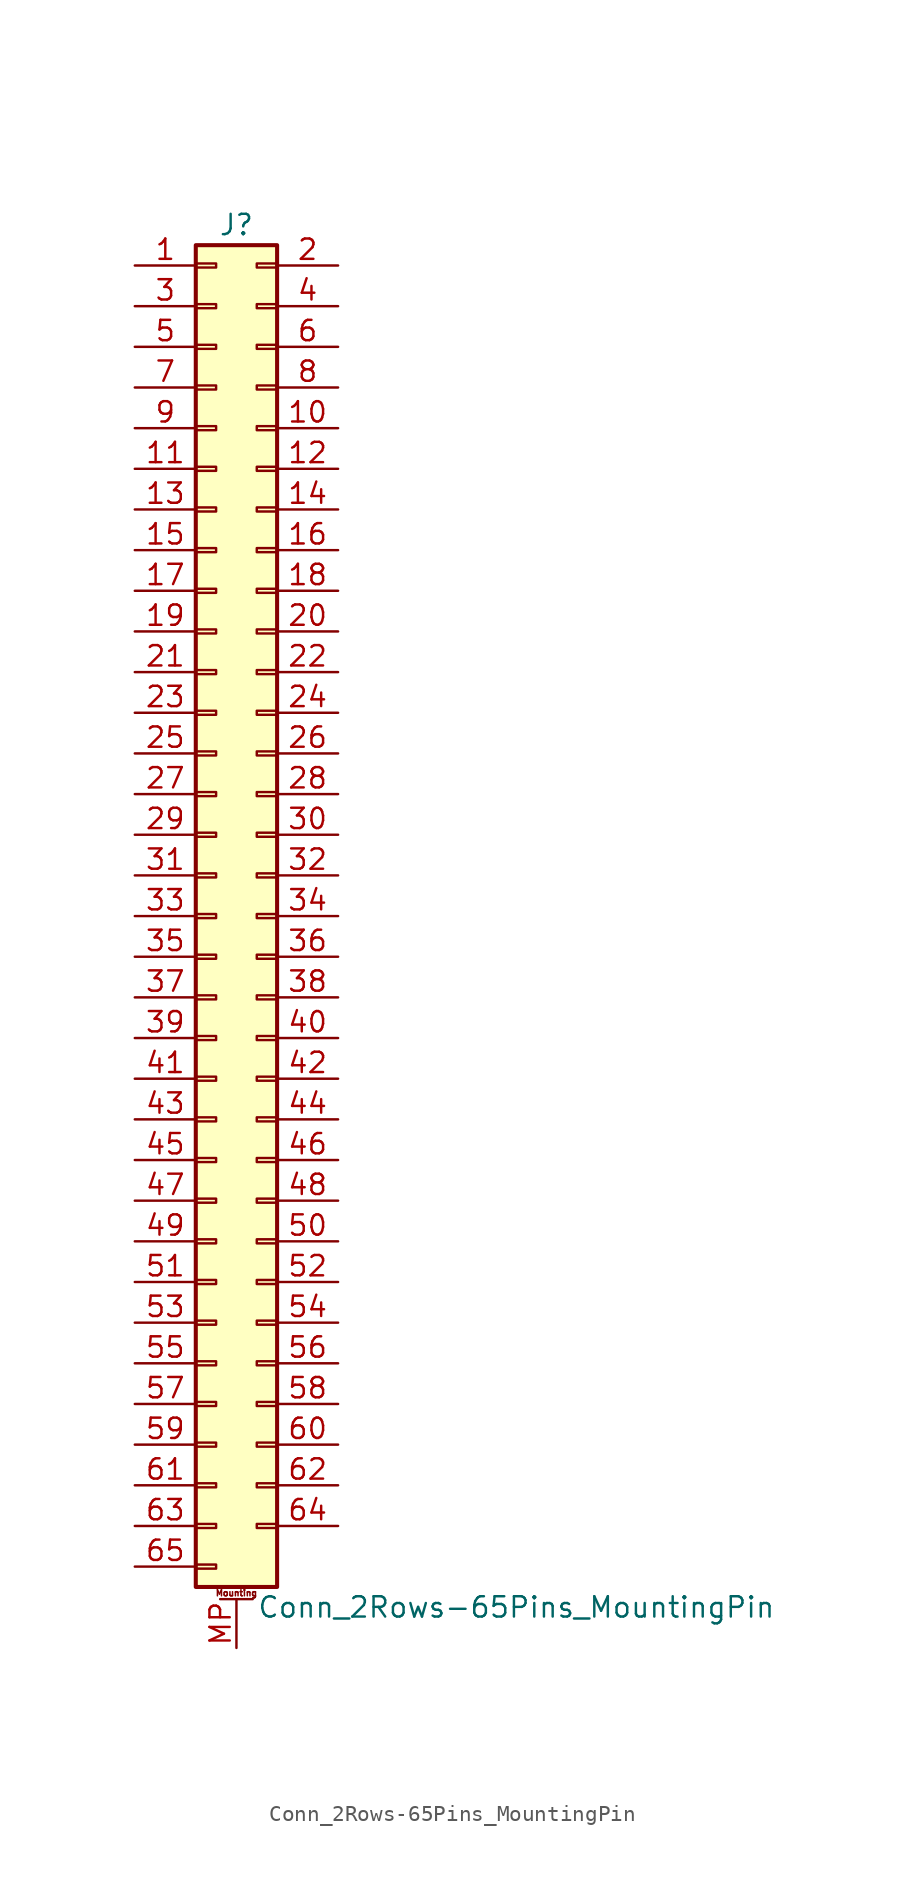
<source format=kicad_sym>
(kicad_symbol_lib
  (version 20200908)
  (generator kicad_symbol_editor)
  (symbol "Connector_Generic_MountingPin:Conn_2Rows-65Pins_MountingPin"
    (pin_names
      (offset 1.016) hide)
    (property "Reference" "J"
      (at 1.27 43.18 0)
      (effects (font (size 1.27 1.27))))
    (property "Value" "Conn_2Rows-65Pins_MountingPin"
      (at 2.54 -43.18 0)
      (effects (font (size 1.27 1.27)) (justify left)))
    (symbol "Conn_2Rows-65Pins_MountingPin_1_1"
      (text "Mounting" (at 1.27 -42.291 0) (effects (font (size 0.381 0.381))))
      (rectangle (start -1.27 -27.813) (end 0 -28.067) (stroke (width 0.152)) (fill (type none)))
      (rectangle (start -1.27 -30.353) (end 0 -30.607) (stroke (width 0.152)) (fill (type none)))
      (rectangle (start -1.27 -32.893) (end 0 -33.147) (stroke (width 0.152)) (fill (type none)))
      (rectangle (start -1.27 -35.433) (end 0 -35.687) (stroke (width 0.152)) (fill (type none)))
      (rectangle (start -1.27 -37.973) (end 0 -38.227) (stroke (width 0.152)) (fill (type none)))
      (rectangle (start -1.27 -40.513) (end 0 -40.767) (stroke (width 0.152)) (fill (type none)))
      (rectangle (start -1.27 -4.953) (end 0 -5.207) (stroke (width 0.152)) (fill (type none)))
      (rectangle (start -1.27 -7.493) (end 0 -7.747) (stroke (width 0.152)) (fill (type none)))
      (rectangle (start -1.27 -10.033) (end 0 -10.287) (stroke (width 0.152)) (fill (type none)))
      (rectangle (start -1.27 -12.573) (end 0 -12.827) (stroke (width 0.152)) (fill (type none)))
      (rectangle (start -1.27 -15.113) (end 0 -15.367) (stroke (width 0.152)) (fill (type none)))
      (rectangle (start -1.27 -17.653) (end 0 -17.907) (stroke (width 0.152)) (fill (type none)))
      (rectangle (start -1.27 -20.193) (end 0 -20.447) (stroke (width 0.152)) (fill (type none)))
      (rectangle (start -1.27 -22.733) (end 0 -22.987) (stroke (width 0.152)) (fill (type none)))
      (rectangle (start -1.27 -2.413) (end 0 -2.667) (stroke (width 0.152)) (fill (type none)))
      (rectangle (start -1.27 -25.273) (end 0 -25.527) (stroke (width 0.152)) (fill (type none)))
      (rectangle (start -1.27 25.527) (end 0 25.273) (stroke (width 0.152)) (fill (type none)))
      (rectangle (start -1.27 2.667) (end 0 2.413) (stroke (width 0.152)) (fill (type none)))
      (rectangle (start -1.27 28.067) (end 0 27.813) (stroke (width 0.152)) (fill (type none)))
      (rectangle (start -1.27 30.607) (end 0 30.353) (stroke (width 0.152)) (fill (type none)))
      (rectangle (start -1.27 33.147) (end 0 32.893) (stroke (width 0.152)) (fill (type none)))
      (rectangle (start -1.27 35.687) (end 0 35.433) (stroke (width 0.152)) (fill (type none)))
      (rectangle (start -1.27 38.227) (end 0 37.973) (stroke (width 0.152)) (fill (type none)))
      (rectangle (start -1.27 40.767) (end 0 40.513) (stroke (width 0.152)) (fill (type none)))
      (rectangle (start -1.27 41.91) (end 3.81 -41.91) (stroke (width 0.254)) (fill (type background)))
      (rectangle (start -1.27 5.207) (end 0 4.953) (stroke (width 0.152)) (fill (type none)))
      (rectangle (start -1.27 7.747) (end 0 7.493) (stroke (width 0.152)) (fill (type none)))
      (rectangle (start -1.27 10.287) (end 0 10.033) (stroke (width 0.152)) (fill (type none)))
      (rectangle (start -1.27 0.127) (end 0 -0.127) (stroke (width 0.152)) (fill (type none)))
      (rectangle (start -1.27 12.827) (end 0 12.573) (stroke (width 0.152)) (fill (type none)))
      (rectangle (start -1.27 15.367) (end 0 15.113) (stroke (width 0.152)) (fill (type none)))
      (rectangle (start -1.27 17.907) (end 0 17.653) (stroke (width 0.152)) (fill (type none)))
      (rectangle (start -1.27 20.447) (end 0 20.193) (stroke (width 0.152)) (fill (type none)))
      (rectangle (start -1.27 22.987) (end 0 22.733) (stroke (width 0.152)) (fill (type none)))
      (rectangle (start 3.81 -27.813) (end 2.54 -28.067) (stroke (width 0.152)) (fill (type none)))
      (rectangle (start 3.81 -30.353) (end 2.54 -30.607) (stroke (width 0.152)) (fill (type none)))
      (rectangle (start 3.81 -32.893) (end 2.54 -33.147) (stroke (width 0.152)) (fill (type none)))
      (rectangle (start 3.81 -35.433) (end 2.54 -35.687) (stroke (width 0.152)) (fill (type none)))
      (rectangle (start 3.81 -37.973) (end 2.54 -38.227) (stroke (width 0.152)) (fill (type none)))
      (rectangle (start 3.81 -4.953) (end 2.54 -5.207) (stroke (width 0.152)) (fill (type none)))
      (rectangle (start 3.81 -7.493) (end 2.54 -7.747) (stroke (width 0.152)) (fill (type none)))
      (rectangle (start 3.81 -10.033) (end 2.54 -10.287) (stroke (width 0.152)) (fill (type none)))
      (rectangle (start 3.81 -12.573) (end 2.54 -12.827) (stroke (width 0.152)) (fill (type none)))
      (rectangle (start 3.81 -15.113) (end 2.54 -15.367) (stroke (width 0.152)) (fill (type none)))
      (rectangle (start 3.81 -17.653) (end 2.54 -17.907) (stroke (width 0.152)) (fill (type none)))
      (rectangle (start 3.81 -20.193) (end 2.54 -20.447) (stroke (width 0.152)) (fill (type none)))
      (rectangle (start 3.81 -22.733) (end 2.54 -22.987) (stroke (width 0.152)) (fill (type none)))
      (rectangle (start 3.81 -2.413) (end 2.54 -2.667) (stroke (width 0.152)) (fill (type none)))
      (rectangle (start 3.81 -25.273) (end 2.54 -25.527) (stroke (width 0.152)) (fill (type none)))
      (rectangle (start 3.81 25.527) (end 2.54 25.273) (stroke (width 0.152)) (fill (type none)))
      (rectangle (start 3.81 2.667) (end 2.54 2.413) (stroke (width 0.152)) (fill (type none)))
      (rectangle (start 3.81 28.067) (end 2.54 27.813) (stroke (width 0.152)) (fill (type none)))
      (rectangle (start 3.81 30.607) (end 2.54 30.353) (stroke (width 0.152)) (fill (type none)))
      (rectangle (start 3.81 33.147) (end 2.54 32.893) (stroke (width 0.152)) (fill (type none)))
      (rectangle (start 3.81 35.687) (end 2.54 35.433) (stroke (width 0.152)) (fill (type none)))
      (rectangle (start 3.81 38.227) (end 2.54 37.973) (stroke (width 0.152)) (fill (type none)))
      (rectangle (start 3.81 40.767) (end 2.54 40.513) (stroke (width 0.152)) (fill (type none)))
      (rectangle (start 3.81 5.207) (end 2.54 4.953) (stroke (width 0.152)) (fill (type none)))
      (rectangle (start 3.81 7.747) (end 2.54 7.493) (stroke (width 0.152)) (fill (type none)))
      (rectangle (start 3.81 10.287) (end 2.54 10.033) (stroke (width 0.152)) (fill (type none)))
      (rectangle (start 3.81 0.127) (end 2.54 -0.127) (stroke (width 0.152)) (fill (type none)))
      (rectangle (start 3.81 12.827) (end 2.54 12.573) (stroke (width 0.152)) (fill (type none)))
      (rectangle (start 3.81 15.367) (end 2.54 15.113) (stroke (width 0.152)) (fill (type none)))
      (rectangle (start 3.81 17.907) (end 2.54 17.653) (stroke (width 0.152)) (fill (type none)))
      (rectangle (start 3.81 20.447) (end 2.54 20.193) (stroke (width 0.152)) (fill (type none)))
      (rectangle (start 3.81 22.987) (end 2.54 22.733) (stroke (width 0.152)) (fill (type none)))
      (polyline (pts (xy 0.254 -42.672) (xy 2.286 -42.672)) (stroke (width 0.152)) (fill (type none)))
      (pin passive line (at 1.27 -45.72 90) (length 3.048) (name "MountPin" (effects (font (size 1.27 1.27)))) (number "MP" (effects (font (size 1.27 1.27)))))
      (pin passive line (at -5.08 40.64 0) (length 3.81) (name "Pin_1" (effects (font (size 1.27 1.27)))) (number "1" (effects (font (size 1.27 1.27)))))
      (pin passive line (at 7.62 30.48 180) (length 3.81) (name "Pin_10" (effects (font (size 1.27 1.27)))) (number "10" (effects (font (size 1.27 1.27)))))
      (pin passive line (at -5.08 27.94 0) (length 3.81) (name "Pin_11" (effects (font (size 1.27 1.27)))) (number "11" (effects (font (size 1.27 1.27)))))
      (pin passive line (at 7.62 27.94 180) (length 3.81) (name "Pin_12" (effects (font (size 1.27 1.27)))) (number "12" (effects (font (size 1.27 1.27)))))
      (pin passive line (at -5.08 25.4 0) (length 3.81) (name "Pin_13" (effects (font (size 1.27 1.27)))) (number "13" (effects (font (size 1.27 1.27)))))
      (pin passive line (at 7.62 25.4 180) (length 3.81) (name "Pin_14" (effects (font (size 1.27 1.27)))) (number "14" (effects (font (size 1.27 1.27)))))
      (pin passive line (at -5.08 22.86 0) (length 3.81) (name "Pin_15" (effects (font (size 1.27 1.27)))) (number "15" (effects (font (size 1.27 1.27)))))
      (pin passive line (at 7.62 22.86 180) (length 3.81) (name "Pin_16" (effects (font (size 1.27 1.27)))) (number "16" (effects (font (size 1.27 1.27)))))
      (pin passive line (at -5.08 20.32 0) (length 3.81) (name "Pin_17" (effects (font (size 1.27 1.27)))) (number "17" (effects (font (size 1.27 1.27)))))
      (pin passive line (at 7.62 20.32 180) (length 3.81) (name "Pin_18" (effects (font (size 1.27 1.27)))) (number "18" (effects (font (size 1.27 1.27)))))
      (pin passive line (at -5.08 17.78 0) (length 3.81) (name "Pin_19" (effects (font (size 1.27 1.27)))) (number "19" (effects (font (size 1.27 1.27)))))
      (pin passive line (at 7.62 40.64 180) (length 3.81) (name "Pin_2" (effects (font (size 1.27 1.27)))) (number "2" (effects (font (size 1.27 1.27)))))
      (pin passive line (at 7.62 17.78 180) (length 3.81) (name "Pin_20" (effects (font (size 1.27 1.27)))) (number "20" (effects (font (size 1.27 1.27)))))
      (pin passive line (at -5.08 15.24 0) (length 3.81) (name "Pin_21" (effects (font (size 1.27 1.27)))) (number "21" (effects (font (size 1.27 1.27)))))
      (pin passive line (at 7.62 15.24 180) (length 3.81) (name "Pin_22" (effects (font (size 1.27 1.27)))) (number "22" (effects (font (size 1.27 1.27)))))
      (pin passive line (at -5.08 12.7 0) (length 3.81) (name "Pin_23" (effects (font (size 1.27 1.27)))) (number "23" (effects (font (size 1.27 1.27)))))
      (pin passive line (at 7.62 12.7 180) (length 3.81) (name "Pin_24" (effects (font (size 1.27 1.27)))) (number "24" (effects (font (size 1.27 1.27)))))
      (pin passive line (at -5.08 10.16 0) (length 3.81) (name "Pin_25" (effects (font (size 1.27 1.27)))) (number "25" (effects (font (size 1.27 1.27)))))
      (pin passive line (at 7.62 10.16 180) (length 3.81) (name "Pin_26" (effects (font (size 1.27 1.27)))) (number "26" (effects (font (size 1.27 1.27)))))
      (pin passive line (at -5.08 7.62 0) (length 3.81) (name "Pin_27" (effects (font (size 1.27 1.27)))) (number "27" (effects (font (size 1.27 1.27)))))
      (pin passive line (at 7.62 7.62 180) (length 3.81) (name "Pin_28" (effects (font (size 1.27 1.27)))) (number "28" (effects (font (size 1.27 1.27)))))
      (pin passive line (at -5.08 5.08 0) (length 3.81) (name "Pin_29" (effects (font (size 1.27 1.27)))) (number "29" (effects (font (size 1.27 1.27)))))
      (pin passive line (at -5.08 38.1 0) (length 3.81) (name "Pin_3" (effects (font (size 1.27 1.27)))) (number "3" (effects (font (size 1.27 1.27)))))
      (pin passive line (at 7.62 5.08 180) (length 3.81) (name "Pin_30" (effects (font (size 1.27 1.27)))) (number "30" (effects (font (size 1.27 1.27)))))
      (pin passive line (at -5.08 2.54 0) (length 3.81) (name "Pin_31" (effects (font (size 1.27 1.27)))) (number "31" (effects (font (size 1.27 1.27)))))
      (pin passive line (at 7.62 2.54 180) (length 3.81) (name "Pin_32" (effects (font (size 1.27 1.27)))) (number "32" (effects (font (size 1.27 1.27)))))
      (pin passive line (at -5.08 0 0) (length 3.81) (name "Pin_33" (effects (font (size 1.27 1.27)))) (number "33" (effects (font (size 1.27 1.27)))))
      (pin passive line (at 7.62 0 180) (length 3.81) (name "Pin_34" (effects (font (size 1.27 1.27)))) (number "34" (effects (font (size 1.27 1.27)))))
      (pin passive line (at -5.08 -2.54 0) (length 3.81) (name "Pin_35" (effects (font (size 1.27 1.27)))) (number "35" (effects (font (size 1.27 1.27)))))
      (pin passive line (at 7.62 -2.54 180) (length 3.81) (name "Pin_36" (effects (font (size 1.27 1.27)))) (number "36" (effects (font (size 1.27 1.27)))))
      (pin passive line (at -5.08 -5.08 0) (length 3.81) (name "Pin_37" (effects (font (size 1.27 1.27)))) (number "37" (effects (font (size 1.27 1.27)))))
      (pin passive line (at 7.62 -5.08 180) (length 3.81) (name "Pin_38" (effects (font (size 1.27 1.27)))) (number "38" (effects (font (size 1.27 1.27)))))
      (pin passive line (at -5.08 -7.62 0) (length 3.81) (name "Pin_39" (effects (font (size 1.27 1.27)))) (number "39" (effects (font (size 1.27 1.27)))))
      (pin passive line (at 7.62 38.1 180) (length 3.81) (name "Pin_4" (effects (font (size 1.27 1.27)))) (number "4" (effects (font (size 1.27 1.27)))))
      (pin passive line (at 7.62 -7.62 180) (length 3.81) (name "Pin_40" (effects (font (size 1.27 1.27)))) (number "40" (effects (font (size 1.27 1.27)))))
      (pin passive line (at -5.08 -10.16 0) (length 3.81) (name "Pin_41" (effects (font (size 1.27 1.27)))) (number "41" (effects (font (size 1.27 1.27)))))
      (pin passive line (at 7.62 -10.16 180) (length 3.81) (name "Pin_42" (effects (font (size 1.27 1.27)))) (number "42" (effects (font (size 1.27 1.27)))))
      (pin passive line (at -5.08 -12.7 0) (length 3.81) (name "Pin_43" (effects (font (size 1.27 1.27)))) (number "43" (effects (font (size 1.27 1.27)))))
      (pin passive line (at 7.62 -12.7 180) (length 3.81) (name "Pin_44" (effects (font (size 1.27 1.27)))) (number "44" (effects (font (size 1.27 1.27)))))
      (pin passive line (at -5.08 -15.24 0) (length 3.81) (name "Pin_45" (effects (font (size 1.27 1.27)))) (number "45" (effects (font (size 1.27 1.27)))))
      (pin passive line (at 7.62 -15.24 180) (length 3.81) (name "Pin_46" (effects (font (size 1.27 1.27)))) (number "46" (effects (font (size 1.27 1.27)))))
      (pin passive line (at -5.08 -17.78 0) (length 3.81) (name "Pin_47" (effects (font (size 1.27 1.27)))) (number "47" (effects (font (size 1.27 1.27)))))
      (pin passive line (at 7.62 -17.78 180) (length 3.81) (name "Pin_48" (effects (font (size 1.27 1.27)))) (number "48" (effects (font (size 1.27 1.27)))))
      (pin passive line (at -5.08 -20.32 0) (length 3.81) (name "Pin_49" (effects (font (size 1.27 1.27)))) (number "49" (effects (font (size 1.27 1.27)))))
      (pin passive line (at -5.08 35.56 0) (length 3.81) (name "Pin_5" (effects (font (size 1.27 1.27)))) (number "5" (effects (font (size 1.27 1.27)))))
      (pin passive line (at 7.62 -20.32 180) (length 3.81) (name "Pin_50" (effects (font (size 1.27 1.27)))) (number "50" (effects (font (size 1.27 1.27)))))
      (pin passive line (at -5.08 -22.86 0) (length 3.81) (name "Pin_51" (effects (font (size 1.27 1.27)))) (number "51" (effects (font (size 1.27 1.27)))))
      (pin passive line (at 7.62 -22.86 180) (length 3.81) (name "Pin_52" (effects (font (size 1.27 1.27)))) (number "52" (effects (font (size 1.27 1.27)))))
      (pin passive line (at -5.08 -25.4 0) (length 3.81) (name "Pin_53" (effects (font (size 1.27 1.27)))) (number "53" (effects (font (size 1.27 1.27)))))
      (pin passive line (at 7.62 -25.4 180) (length 3.81) (name "Pin_54" (effects (font (size 1.27 1.27)))) (number "54" (effects (font (size 1.27 1.27)))))
      (pin passive line (at -5.08 -27.94 0) (length 3.81) (name "Pin_55" (effects (font (size 1.27 1.27)))) (number "55" (effects (font (size 1.27 1.27)))))
      (pin passive line (at 7.62 -27.94 180) (length 3.81) (name "Pin_56" (effects (font (size 1.27 1.27)))) (number "56" (effects (font (size 1.27 1.27)))))
      (pin passive line (at -5.08 -30.48 0) (length 3.81) (name "Pin_57" (effects (font (size 1.27 1.27)))) (number "57" (effects (font (size 1.27 1.27)))))
      (pin passive line (at 7.62 -30.48 180) (length 3.81) (name "Pin_58" (effects (font (size 1.27 1.27)))) (number "58" (effects (font (size 1.27 1.27)))))
      (pin passive line (at -5.08 -33.02 0) (length 3.81) (name "Pin_59" (effects (font (size 1.27 1.27)))) (number "59" (effects (font (size 1.27 1.27)))))
      (pin passive line (at 7.62 35.56 180) (length 3.81) (name "Pin_6" (effects (font (size 1.27 1.27)))) (number "6" (effects (font (size 1.27 1.27)))))
      (pin passive line (at 7.62 -33.02 180) (length 3.81) (name "Pin_60" (effects (font (size 1.27 1.27)))) (number "60" (effects (font (size 1.27 1.27)))))
      (pin passive line (at -5.08 -35.56 0) (length 3.81) (name "Pin_61" (effects (font (size 1.27 1.27)))) (number "61" (effects (font (size 1.27 1.27)))))
      (pin passive line (at 7.62 -35.56 180) (length 3.81) (name "Pin_62" (effects (font (size 1.27 1.27)))) (number "62" (effects (font (size 1.27 1.27)))))
      (pin passive line (at -5.08 -38.1 0) (length 3.81) (name "Pin_63" (effects (font (size 1.27 1.27)))) (number "63" (effects (font (size 1.27 1.27)))))
      (pin passive line (at 7.62 -38.1 180) (length 3.81) (name "Pin_64" (effects (font (size 1.27 1.27)))) (number "64" (effects (font (size 1.27 1.27)))))
      (pin passive line (at -5.08 -40.64 0) (length 3.81) (name "Pin_65" (effects (font (size 1.27 1.27)))) (number "65" (effects (font (size 1.27 1.27)))))
      (pin passive line (at -5.08 33.02 0) (length 3.81) (name "Pin_7" (effects (font (size 1.27 1.27)))) (number "7" (effects (font (size 1.27 1.27)))))
      (pin passive line (at 7.62 33.02 180) (length 3.81) (name "Pin_8" (effects (font (size 1.27 1.27)))) (number "8" (effects (font (size 1.27 1.27)))))
      (pin passive line (at -5.08 30.48 0) (length 3.81) (name "Pin_9" (effects (font (size 1.27 1.27)))) (number "9" (effects (font (size 1.27 1.27))))))))
</source>
